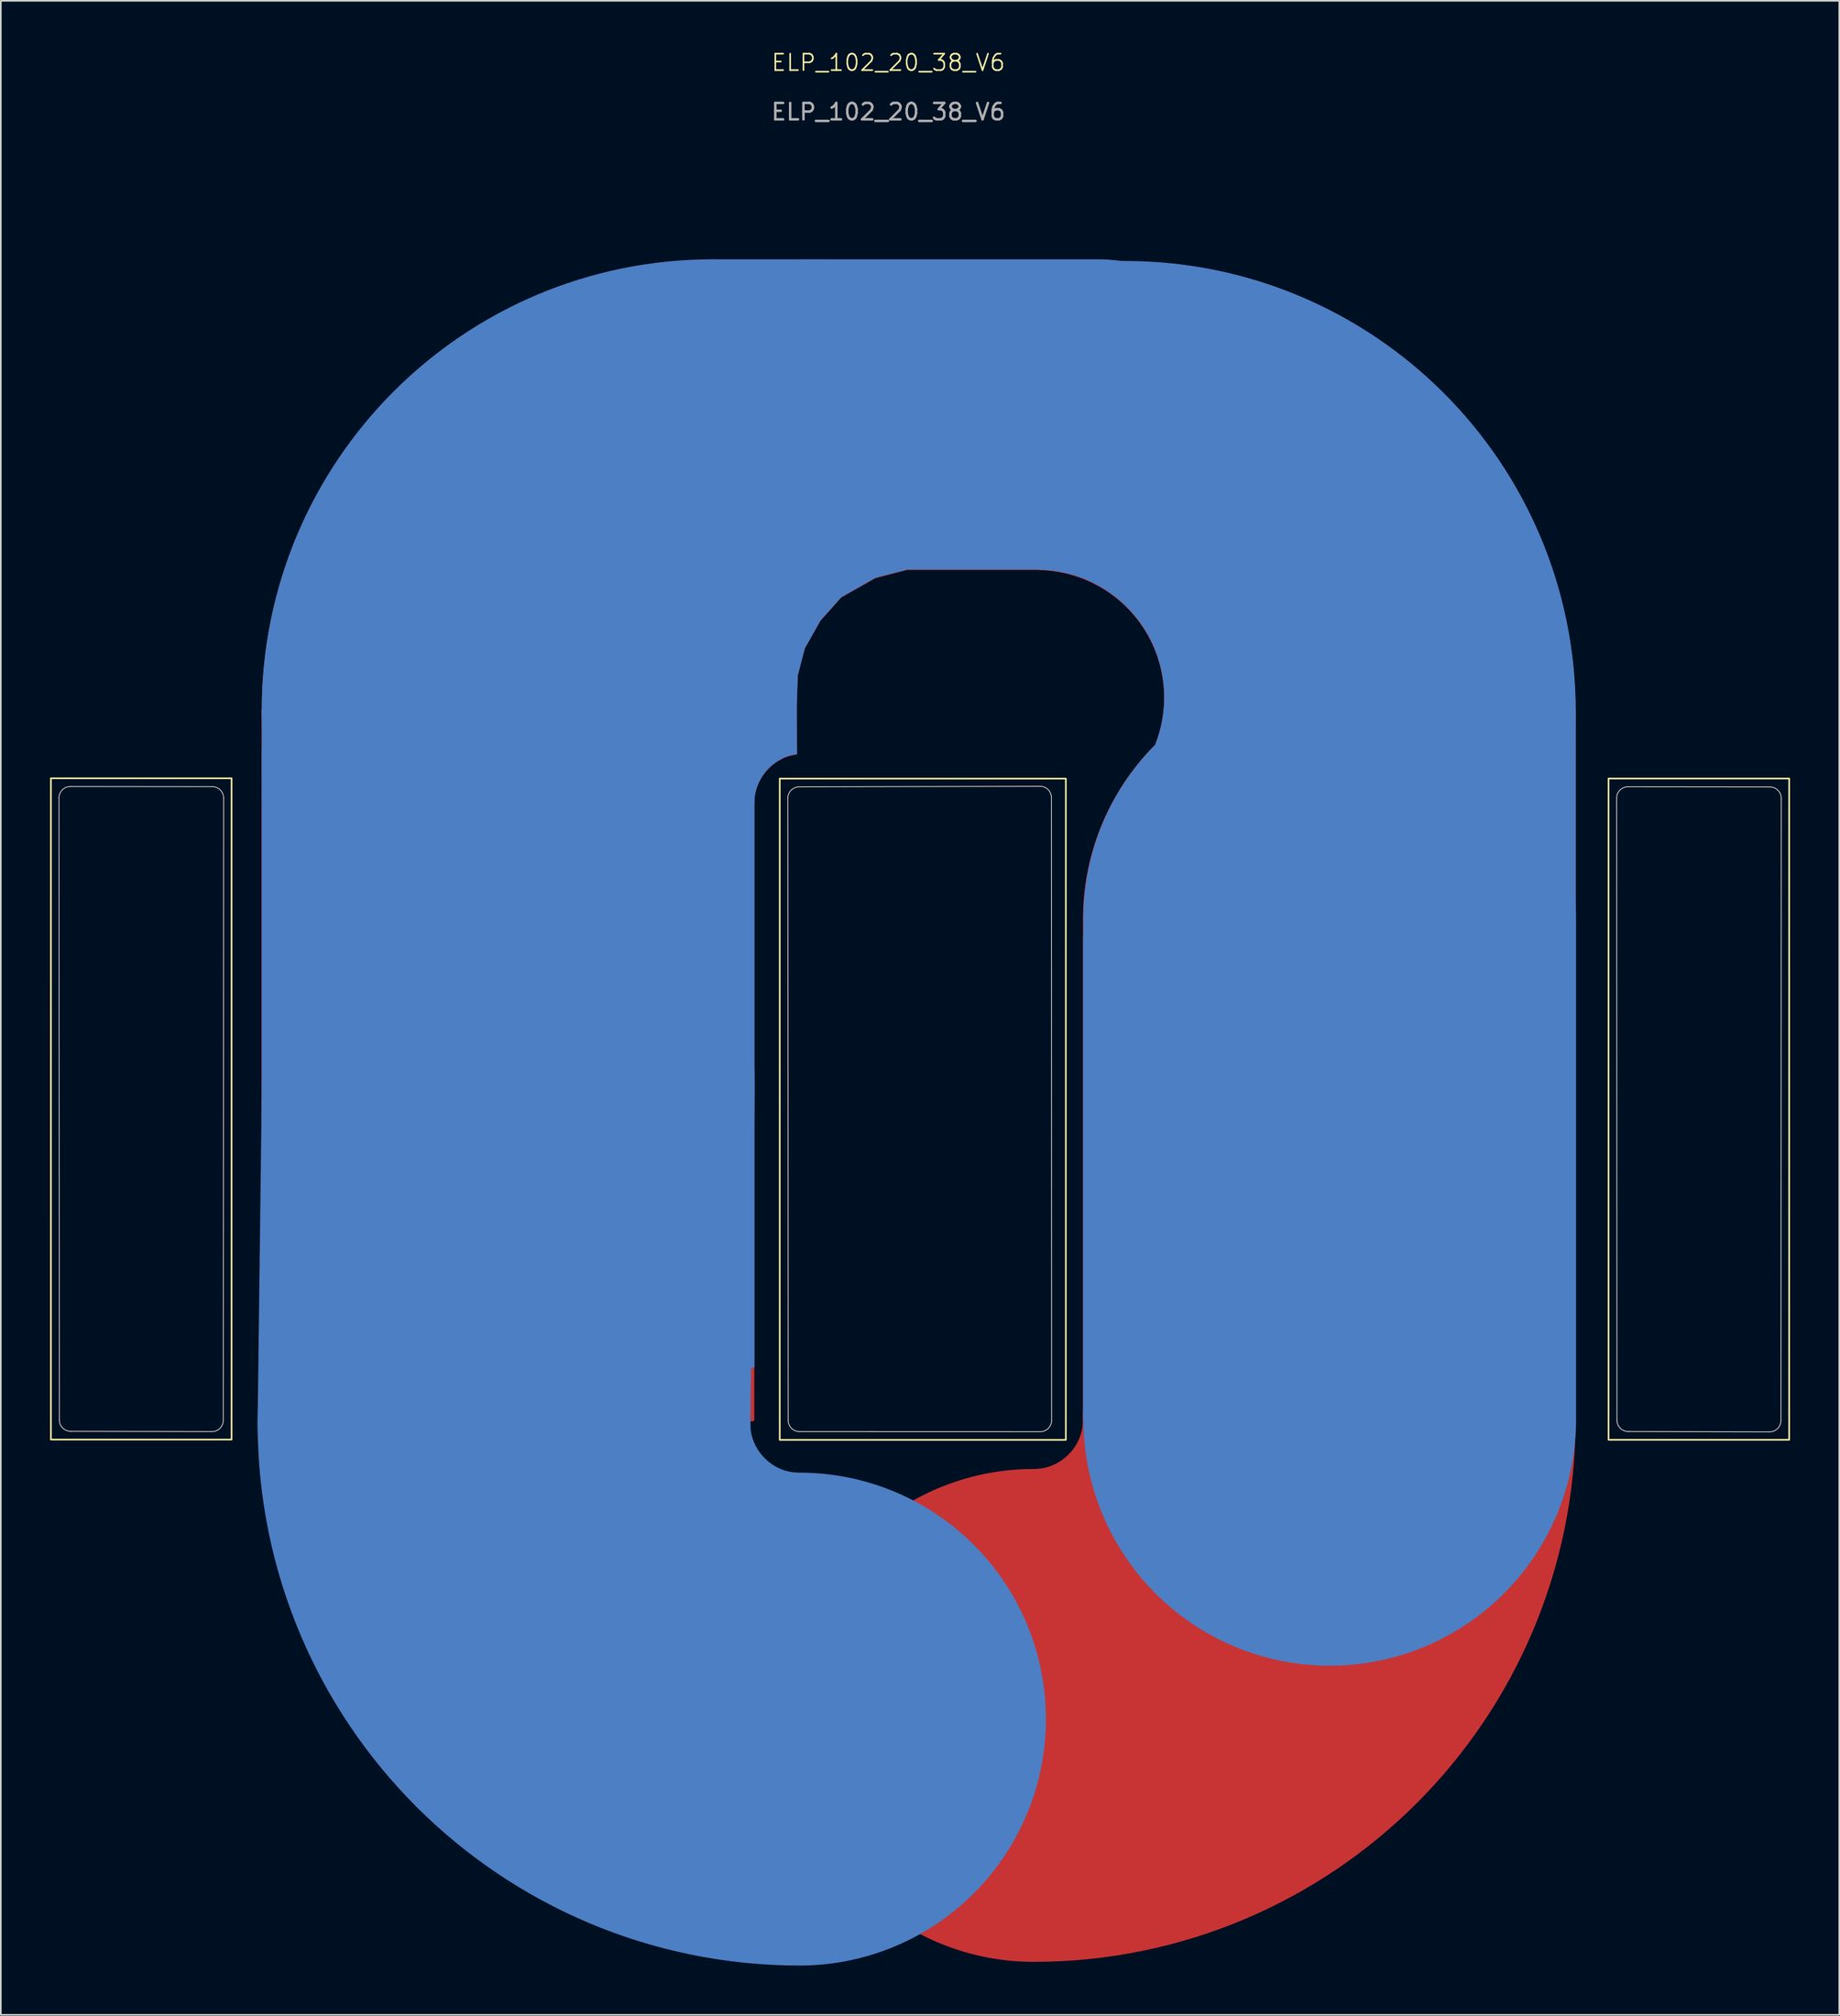
<source format=kicad_pcb>
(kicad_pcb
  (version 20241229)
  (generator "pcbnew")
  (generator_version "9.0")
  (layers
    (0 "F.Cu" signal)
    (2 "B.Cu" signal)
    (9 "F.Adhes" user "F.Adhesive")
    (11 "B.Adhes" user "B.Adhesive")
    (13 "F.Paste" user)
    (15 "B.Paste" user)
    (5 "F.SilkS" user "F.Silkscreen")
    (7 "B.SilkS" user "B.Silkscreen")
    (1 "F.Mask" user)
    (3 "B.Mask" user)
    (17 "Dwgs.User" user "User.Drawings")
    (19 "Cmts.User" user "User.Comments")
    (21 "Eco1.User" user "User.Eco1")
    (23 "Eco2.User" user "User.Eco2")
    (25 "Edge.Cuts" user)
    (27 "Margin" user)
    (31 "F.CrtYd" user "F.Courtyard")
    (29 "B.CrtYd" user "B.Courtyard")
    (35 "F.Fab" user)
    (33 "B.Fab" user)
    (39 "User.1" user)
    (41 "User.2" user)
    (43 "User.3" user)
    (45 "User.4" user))
  (footprint "ELP_102_20_38_V6"
    (layer "F.Cu")
    (at 51.04 1.26)
    (property "Reference" "ELP_102_20_38_V6" (at 0 -0.5 0) (unlocked yes) (layer "F.SilkS") (effects (font (size 1 1) (thickness 0.1))))
    (fp_line (start 12.8 20.94) (end -5.15 20.94) (stroke (width 18.88) (type solid)) (layer "F.Cu"))
    (fp_line (start 26.85 82.1) (end 26.85 51.633) (stroke (width 30) (type default)) (layer "F.Cu"))
    (fp_rect (start -38.06 44.6) (end -8.26 82.1) (stroke (width 0.2) (type solid)) (fill yes) (layer "F.Cu"))
    (fp_rect (start -10.82 11.6) (end -3.54 13.57) (stroke (width 0.2) (type solid)) (fill yes) (layer "F.Cu"))
    (fp_rect (start 38.66 39.032) (end 41.75 61.572) (stroke (width 0.2) (type solid)) (fill yes) (layer "F.Cu"))
    (fp_arc (start -28.71 38.94) (mid -23.437922 26.212078) (end -10.71 20.94) (stroke (width 18.88) (type solid)) (layer "F.Cu"))
    (fp_arc (start -8.27 44.6125) (mid -7.527429 42.587374) (end -5.658526 41.510456) (stroke (width 0.2) (type solid)) (layer "F.Cu"))
    (fp_arc (start 9.26 30.242501) (mid 15.636736 33.803281) (end 16.391826 41.067698) (stroke (width 0.3) (type solid)) (layer "F.Cu"))
    (fp_arc (start 14.41 21.04) (mid 27.137922 26.312078) (end 32.41 39.04) (stroke (width 18.88) (type solid)) (layer "F.Cu"))
    (fp_arc (start 26.85 82.1) (mid 21.577922 94.827922) (end 8.85 100.1) (stroke (width 30) (type solid)) (layer "F.Cu"))
    (fp_poly (pts (xy -8.111 40.863) (xy -6.101 41.173) (xy -7.599 42.568) (xy -8.031 43.313) (xy -8.271 43.783) (xy -8.631 43.313)) (stroke (width 0.2) (type solid)) (fill yes) (layer "F.Cu"))
    (fp_poly (pts (xy 10.327 30.333) (xy 12.667 30.963) (xy 15.157 32.873) (xy 16.347 34.863) (xy 17.027 37.323) (xy 17.007 39.293) (xy 16.498 41.038) (xy 25.027 36.573) (xy 16.498 29.263) (xy 10.597 29.843)) (stroke (width 0.2) (type solid)) (fill yes) (layer "F.Cu"))
    (fp_poly (pts (xy 1.13 30.383) (xy -0.79 30.883) (xy -2.87 32.062) (xy -4.13 33.472) (xy -5.09 35.172) (xy -5.52 36.822) (xy -5.58 38.712) (xy -5.57 41.612) (xy -7.55 42.002) (xy -8.2 43.333) (xy -8.19 44.602) (xy -38.15 44.612) (xy -38.16 38.922) (xy -20.25 25.102)) (stroke (width 0) (type solid)) (fill yes) (layer "F.Cu"))
    (fp_line (start -23.402 82.325) (end -23.142 61.61) (stroke (width 30) (type default)) (layer "B.Cu"))
    (fp_line (start 12.808 20.915) (end -5.142 20.915) (stroke (width 18.88) (type solid)) (layer "B.Cu"))
    (fp_line (start 26.878 82.075) (end 26.878 51.607) (stroke (width 30) (type default)) (layer "B.Cu"))
    (fp_rect (start -38.052 41.357) (end -8.252 78.857) (stroke (width 0.2) (type solid)) (fill yes) (layer "B.Cu"))
    (fp_rect (start -10.812 11.575) (end -3.532 13.545) (stroke (width 0.2) (type solid)) (fill yes) (layer "B.Cu"))
    (fp_rect (start 11.958 52.725) (end 41.758 82.075) (stroke (width 0.2) (type solid)) (fill yes) (layer "B.Cu"))
    (fp_rect (start 38.668 39.007) (end 41.758 61.547) (stroke (width 0.2) (type solid)) (fill yes) (layer "B.Cu"))
    (fp_arc (start -28.711826 38.914718) (mid -23.439748 26.186796) (end -10.711826 20.914718) (stroke (width 18.88) (type solid)) (layer "B.Cu"))
    (fp_arc (start -8.261826 44.587218) (mid -7.519255 42.562091) (end -5.650352 41.485174) (stroke (width 0.2) (type solid)) (layer "B.Cu"))
    (fp_arc (start -5.401826 100.324718) (mid -18.129748 95.05264) (end -23.401826 82.324718) (stroke (width 30) (type solid)) (layer "B.Cu"))
    (fp_arc (start 9.268174 30.217219) (mid 15.64491 33.777999) (end 16.4 41.042416) (stroke (width 0.3) (type solid)) (layer "B.Cu"))
    (fp_arc (start 14.418174 21.014718) (mid 27.146096 26.286796) (end 32.418174 39.014718) (stroke (width 18.88) (type solid)) (layer "B.Cu"))
    (fp_poly (pts (xy -8.103 40.838) (xy -6.093 41.148) (xy -7.59 42.543) (xy -8.023 43.288) (xy -8.263 43.758) (xy -8.623 43.288)) (stroke (width 0.2) (type solid)) (fill yes) (layer "B.Cu"))
    (fp_poly (pts (xy 10.335 30.307) (xy 12.675 30.937) (xy 15.165 32.847) (xy 16.355 34.837) (xy 17.035 37.297) (xy 17.015 39.267) (xy 16.507 41.013) (xy 25.035 36.547) (xy 16.507 29.237) (xy 10.605 29.817)) (stroke (width 0.2) (type solid)) (fill yes) (layer "B.Cu"))
    (fp_poly (pts (xy 1.138 30.357) (xy -0.782 30.857) (xy -2.862 32.037) (xy -4.122 33.447) (xy -5.082 35.147) (xy -5.512 36.797) (xy -5.572 38.687) (xy -5.562 41.587) (xy -7.542 41.977) (xy -8.192 43.307) (xy -8.182 44.577) (xy -38.142 44.587) (xy -38.152 38.897) (xy -20.242 25.077)) (stroke (width 0) (type solid)) (fill yes) (layer "B.Cu"))
    (fp_line (start -34.587 41.94) (end -34.587 82.1) (stroke (width 7.125) (type default)) (layer "In1.Cu"))
    (fp_line (start -26.962 44.6) (end -26.962 82.1) (stroke (width 7.125) (type default)) (layer "In1.Cu"))
    (fp_line (start -19.337 44.6) (end -19.337 82.1) (stroke (width 7.125) (type default)) (layer "In1.Cu"))
    (fp_line (start -11.713 44.6) (end -11.713 82.1) (stroke (width 7.125) (type default)) (layer "In1.Cu"))
    (fp_line (start -5.15 88.662) (end 8.85 88.662) (stroke (width 7.125) (type default)) (layer "In1.Cu"))
    (fp_line (start -5.15 96.287) (end 8.85 96.287) (stroke (width 7.125) (type default)) (layer "In1.Cu"))
    (fp_line (start -5.15 103.912) (end 8.85 103.912) (stroke (width 7.125) (type default)) (layer "In1.Cu"))
    (fp_line (start -5.15 111.537) (end 8.85 111.537) (stroke (width 7.125) (type default)) (layer "In1.Cu"))
    (fp_line (start 8.85 15.162) (end 2.475 15.162) (stroke (width 7.125) (type default)) (layer "In1.Cu"))
    (fp_line (start 8.85 22.788) (end 2.475 22.788) (stroke (width 7.125) (type default)) (layer "In1.Cu"))
    (fp_line (start 8.85 30.413) (end 2.475 30.413) (stroke (width 7.125) (type default)) (layer "In1.Cu"))
    (fp_line (start 8.85 38.038) (end 2.03 38.038) (stroke (width 7.125) (type default)) (layer "In1.Cu"))
    (fp_line (start 15.412 82.1) (end 15.412 44.6) (stroke (width 7.125) (type default)) (layer "In1.Cu"))
    (fp_line (start 23.038 82.1) (end 23.038 44.6) (stroke (width 7.125) (type default)) (layer "In1.Cu"))
    (fp_line (start 30.663 82.1) (end 30.663 44.6) (stroke (width 7.125) (type default)) (layer "In1.Cu"))
    (fp_line (start 38.288 82.1) (end 38.288 44.6) (stroke (width 7.125) (type default)) (layer "In1.Cu"))
    (fp_arc (start -26.9625 44.6) (mid -18.340456 23.784544) (end 2.475 15.1625) (stroke (width 7.125) (type solid)) (layer "In1.Cu"))
    (fp_arc (start -19.3375 44.6) (mid -12.948767 29.176233) (end 2.475 22.7875) (stroke (width 7.125) (type solid)) (layer "In1.Cu"))
    (fp_arc (start -11.7125 44.6) (mid -7.557077 34.567923) (end 2.475 30.4125) (stroke (width 7.125) (type solid)) (layer "In1.Cu"))
    (fp_arc (start -5.15 88.6625) (mid -9.790388 86.740388) (end -11.7125 82.1) (stroke (width 7.125) (type solid)) (layer "In1.Cu"))
    (fp_arc (start -5.15 96.2875) (mid -15.182077 92.132077) (end -19.3375 82.1) (stroke (width 7.125) (type solid)) (layer "In1.Cu"))
    (fp_arc (start -5.15 103.9125) (mid -20.573767 97.523767) (end -26.9625 82.1) (stroke (width 7.125) (type solid)) (layer "In1.Cu"))
    (fp_arc (start -5.15 111.5375) (mid -25.965456 102.915456) (end -34.5875 82.1) (stroke (width 7.125) (type solid)) (layer "In1.Cu"))
    (fp_arc (start 8.85 15.1625) (mid 29.665456 23.784544) (end 38.2875 44.6) (stroke (width 7.125) (type solid)) (layer "In1.Cu"))
    (fp_arc (start 8.85 22.7875) (mid 24.273767 29.176233) (end 30.6625 44.6) (stroke (width 7.125) (type solid)) (layer "In1.Cu"))
    (fp_arc (start 8.85 30.4125) (mid 18.882077 34.567923) (end 23.0375 44.6) (stroke (width 7.125) (type solid)) (layer "In1.Cu"))
    (fp_arc (start 8.85 38.0375) (mid 13.490388 39.959612) (end 15.4125 44.6) (stroke (width 7.125) (type solid)) (layer "In1.Cu"))
    (fp_arc (start 15.4125 82.1) (mid 13.490388 86.740388) (end 8.85 88.6625) (stroke (width 7.125) (type solid)) (layer "In1.Cu"))
    (fp_arc (start 23.0375 82.1) (mid 18.882077 92.132077) (end 8.85 96.2875) (stroke (width 7.125) (type solid)) (layer "In1.Cu"))
    (fp_arc (start 30.6625 82.1) (mid 24.273767 97.523767) (end 8.85 103.9125) (stroke (width 7.125) (type solid)) (layer "In1.Cu"))
    (fp_arc (start 38.2875 82.1) (mid 29.665456 102.915456) (end 8.85 111.5375) (stroke (width 7.125) (type solid)) (layer "In1.Cu"))
    (fp_rect (start -50.99 43.06) (end -39.99 83.31) (stroke (width 0.1) (type solid)) (fill no) (layer "F.SilkS"))
    (fp_rect (start -6.61 43.08) (end 10.81 83.33) (stroke (width 0.1) (type solid)) (fill no) (layer "F.SilkS"))
    (fp_rect (start 43.855 43.075) (end 54.855 83.325) (stroke (width 0.1) (type solid)) (fill no) (layer "F.SilkS"))
    (fp_line (start 8.85 38.03) (end 2.03 38.03) (stroke (width 7.125) (type default)) (layer "In2.Cu"))
    (fp_rect (start -49.895 44.075) (end -40.895 82.325) (stroke (width 0.05) (type solid)) (fill no) (layer "Eco2.User"))
    (fp_rect (start -49.395 44.575) (end -41.395 81.825) (stroke (width 0.05) (type solid)) (fill no) (layer "Eco2.User"))
    (fp_rect (start -49.395 44.575) (end 53.455 81.825) (stroke (width 0.05) (type default)) (fill no) (layer "Eco2.User"))
    (fp_rect (start -5.47 44.075) (end 9.53 82.325) (stroke (width 0.05) (type solid)) (fill no) (layer "Eco2.User"))
    (fp_rect (start -4.97 44.575) (end 9.03 81.825) (stroke (width 0.05) (type solid)) (fill no) (layer "Eco2.User"))
    (fp_rect (start 44.955 44.075) (end 53.955 82.325) (stroke (width 0.05) (type solid)) (fill no) (layer "Eco2.User"))
    (fp_rect (start 45.455 44.575) (end 53.455 81.825) (stroke (width 0.05) (type solid)) (fill no) (layer "Eco2.User"))
    (fp_line (start -50.477 82.117) (end -50.497 44.253) (stroke (width 0.05) (type default)) (layer "Edge.Cuts"))
    (fp_line (start -49.807 43.563) (end -41.163 43.573) (stroke (width 0.05) (type default)) (layer "Edge.Cuts"))
    (fp_line (start -41.183 82.827) (end -49.787 82.807) (stroke (width 0.05) (type default)) (layer "Edge.Cuts"))
    (fp_line (start -40.473 44.263) (end -40.493 82.137) (stroke (width 0.05) (type default)) (layer "Edge.Cuts"))
    (fp_line (start -6.097 82.137) (end -6.117 44.273) (stroke (width 0.05) (type default)) (layer "Edge.Cuts"))
    (fp_line (start -5.427 43.583) (end 9.242 43.548) (stroke (width 0.05) (type default)) (layer "Edge.Cuts"))
    (fp_line (start 9.252 82.832) (end -5.407 82.827) (stroke (width 0.05) (type default)) (layer "Edge.Cuts"))
    (fp_line (start 9.932 44.238) (end 9.942 82.142) (stroke (width 0.05) (type default)) (layer "Edge.Cuts"))
    (fp_line (start 44.368 82.132) (end 44.348 44.268) (stroke (width 0.05) (type default)) (layer "Edge.Cuts"))
    (fp_line (start 45.038 43.578) (end 53.682 43.588) (stroke (width 0.05) (type default)) (layer "Edge.Cuts"))
    (fp_line (start 53.662 82.842) (end 45.058 82.822) (stroke (width 0.05) (type default)) (layer "Edge.Cuts"))
    (fp_line (start 54.372 44.278) (end 54.352 82.152) (stroke (width 0.05) (type default)) (layer "Edge.Cuts"))
    (fp_arc (start -50.497117 44.252955) (mid -50.295 43.765) (end -49.807045 43.562883) (stroke (width 0.05) (type solid)) (layer "Edge.Cuts"))
    (fp_arc (start -49.787045 82.807117) (mid -50.275 82.605) (end -50.477117 82.117045) (stroke (width 0.05) (type solid)) (layer "Edge.Cuts"))
    (fp_arc (start -41.162955 43.572883) (mid -40.675 43.775) (end -40.472883 44.262955) (stroke (width 0.05) (type solid)) (layer "Edge.Cuts"))
    (fp_arc (start -40.492883 82.137045) (mid -40.695 82.625) (end -41.182955 82.827117) (stroke (width 0.05) (type solid)) (layer "Edge.Cuts"))
    (fp_arc (start -6.117117 44.272955) (mid -5.915 43.785) (end -5.427045 43.582883) (stroke (width 0.05) (type solid)) (layer "Edge.Cuts"))
    (fp_arc (start -5.407045 82.827117) (mid -5.895 82.625) (end -6.097117 82.137045) (stroke (width 0.05) (type solid)) (layer "Edge.Cuts"))
    (fp_arc (start 9.242045 43.547883) (mid 9.73 43.75) (end 9.932117 44.237955) (stroke (width 0.05) (type solid)) (layer "Edge.Cuts"))
    (fp_arc (start 9.942117 82.142045) (mid 9.74 82.63) (end 9.252045 82.832117) (stroke (width 0.05) (type solid)) (layer "Edge.Cuts"))
    (fp_arc (start 44.347883 44.267955) (mid 44.55 43.78) (end 45.037955 43.577883) (stroke (width 0.05) (type solid)) (layer "Edge.Cuts"))
    (fp_arc (start 45.057955 82.822117) (mid 44.57 82.62) (end 44.367883 82.132045) (stroke (width 0.05) (type solid)) (layer "Edge.Cuts"))
    (fp_arc (start 53.682045 43.587883) (mid 54.17 43.79) (end 54.372117 44.277955) (stroke (width 0.05) (type solid)) (layer "Edge.Cuts"))
    (fp_arc (start 54.352117 82.152045) (mid 54.15 82.64) (end 53.662045 82.842117) (stroke (width 0.05) (type solid)) (layer "Edge.Cuts"))
    (fp_text user "${REFERENCE}" (at 0 2.5 0) (unlocked yes) (layer "F.Fab") (effects (font (size 1 1) (thickness 0.15)))))
  (gr_rect
    (start -3 -3)
    (end 108.945 119.585)
    (stroke (width 0.1) (type default))
    (fill no)
    (layer "Edge.Cuts")))
</source>
